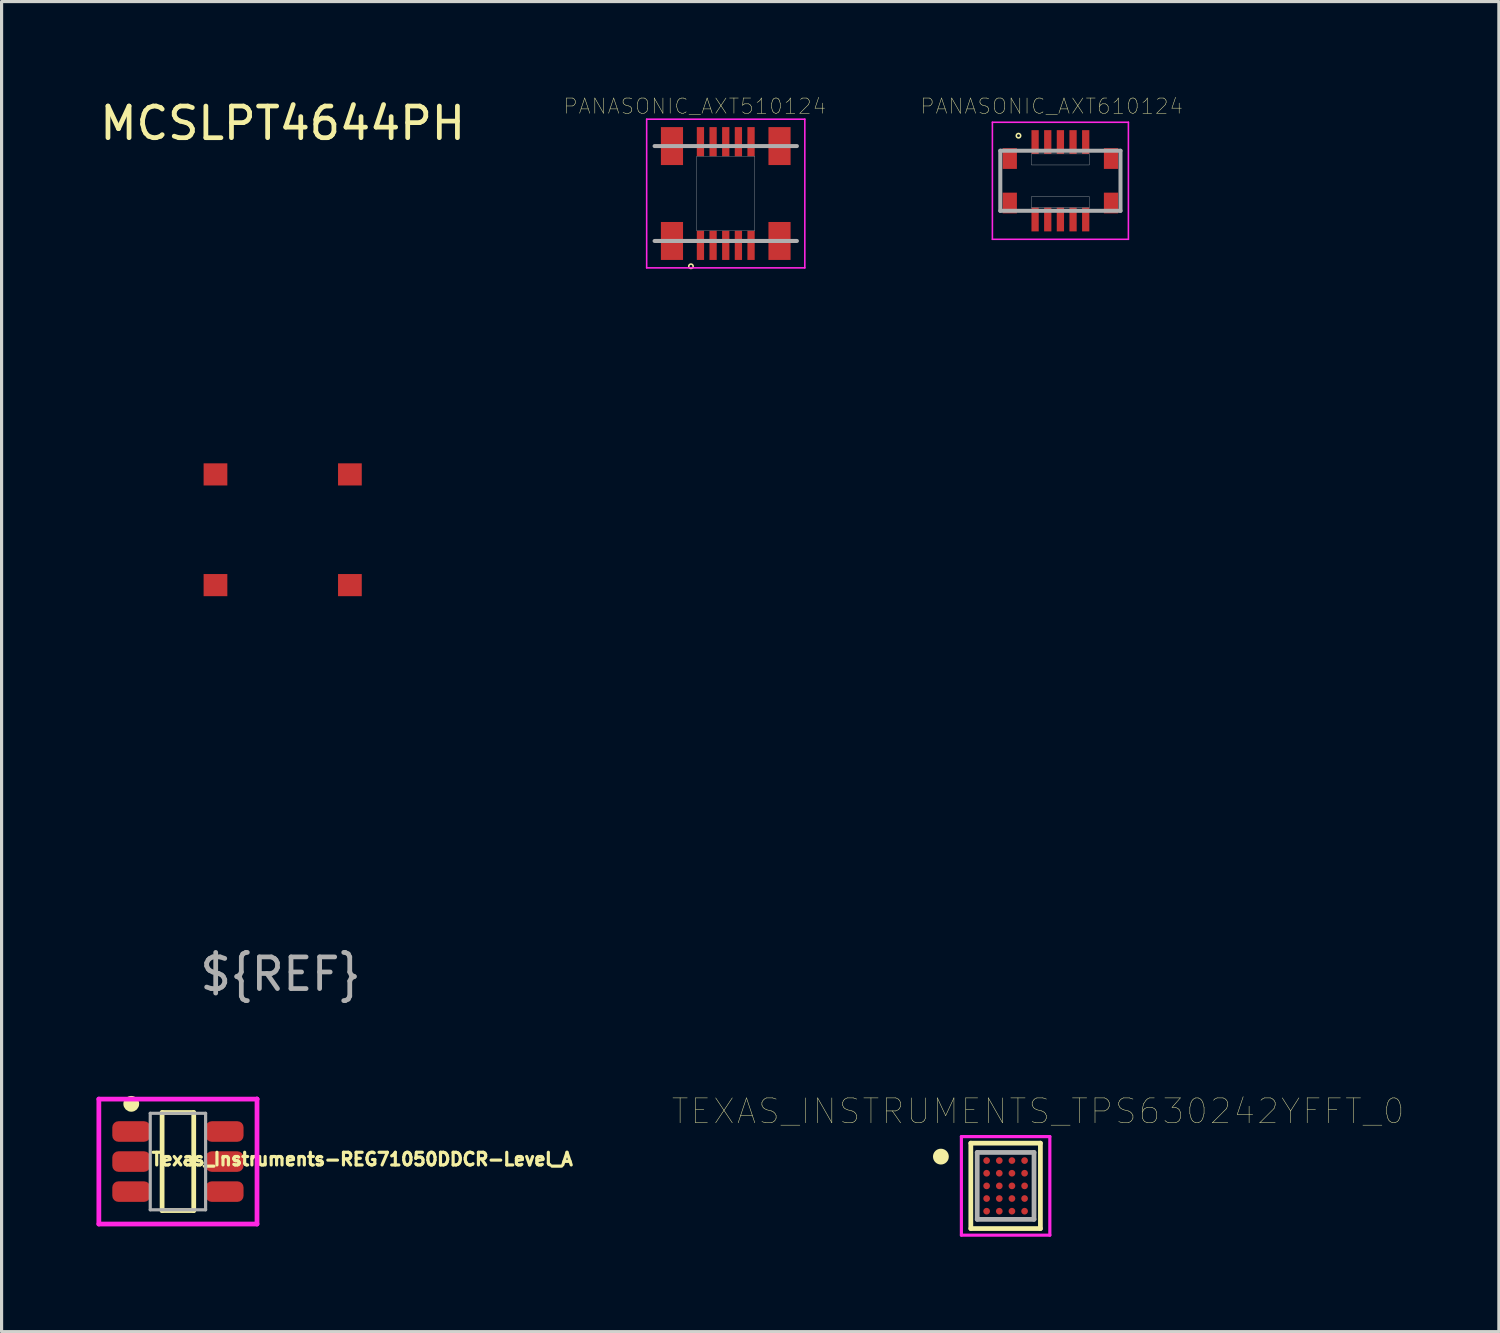
<source format=kicad_pcb>
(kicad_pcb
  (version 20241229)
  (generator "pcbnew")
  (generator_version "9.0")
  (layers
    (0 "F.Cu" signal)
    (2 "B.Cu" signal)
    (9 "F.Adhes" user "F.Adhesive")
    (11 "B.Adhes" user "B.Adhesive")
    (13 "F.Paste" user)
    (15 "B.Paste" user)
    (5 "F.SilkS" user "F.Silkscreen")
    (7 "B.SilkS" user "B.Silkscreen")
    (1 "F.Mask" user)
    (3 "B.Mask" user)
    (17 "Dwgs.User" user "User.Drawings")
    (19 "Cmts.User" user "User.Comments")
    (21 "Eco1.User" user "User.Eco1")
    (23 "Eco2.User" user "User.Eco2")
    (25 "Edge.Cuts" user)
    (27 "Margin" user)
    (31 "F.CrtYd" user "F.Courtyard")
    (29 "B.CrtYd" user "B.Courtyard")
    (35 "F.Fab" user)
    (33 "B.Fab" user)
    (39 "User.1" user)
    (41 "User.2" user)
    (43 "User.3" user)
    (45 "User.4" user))
  (footprint "TEXAS_INSTRUMENTS_TPS630242YFFT_0"
    (layer "F.Cu")
    (at 28.742 34.441)
    (property "Reference" "TEXAS_INSTRUMENTS_TPS630242YFFT_0" (at 1.027 -2.358 0) (layer "F.SilkS") (effects (font (size 0.787 0.787) (thickness 0.015))))
    (attr through_hole)
    (fp_line (start -1.1 -1.35) (end 1.1 -1.35) (stroke (width 0.15) (type solid)) (layer "F.SilkS"))
    (fp_line (start -1.1 1.35) (end -1.1 -1.35) (stroke (width 0.15) (type solid)) (layer "F.SilkS"))
    (fp_line (start 1.1 -1.35) (end 1.1 1.35) (stroke (width 0.15) (type solid)) (layer "F.SilkS"))
    (fp_line (start 1.1 1.35) (end -1.1 1.35) (stroke (width 0.15) (type solid)) (layer "F.SilkS"))
    (fp_circle (center -2.046 -0.925) (end -1.796 -0.925) (stroke (width 0) (type solid)) (fill yes) (layer "F.SilkS"))
    (fp_line (start -1.398 -1.558) (end 1.398 -1.558) (stroke (width 0.1) (type solid)) (layer "F.CrtYd"))
    (fp_line (start -1.398 1.558) (end -1.398 -1.558) (stroke (width 0.1) (type solid)) (layer "F.CrtYd"))
    (fp_line (start 1.398 -1.558) (end 1.398 1.558) (stroke (width 0.1) (type solid)) (layer "F.CrtYd"))
    (fp_line (start 1.398 1.558) (end -1.398 1.558) (stroke (width 0.1) (type solid)) (layer "F.CrtYd"))
    (fp_line (start -0.898 -1.058) (end 0.898 -1.058) (stroke (width 0.15) (type solid)) (layer "F.Fab"))
    (fp_line (start -0.898 1.058) (end -0.898 -1.058) (stroke (width 0.15) (type solid)) (layer "F.Fab"))
    (fp_line (start 0.898 -1.058) (end 0.898 1.058) (stroke (width 0.15) (type solid)) (layer "F.Fab"))
    (fp_line (start 0.898 1.058) (end -0.898 1.058) (stroke (width 0.15) (type solid)) (layer "F.Fab"))
    (pad "A1" smd circle (at -0.6 -0.8) (size 0.212 0.212) (layers "F.Cu" "F.Mask" "F.Paste"))
    (pad "A2" smd circle (at -0.2 -0.8) (size 0.212 0.212) (layers "F.Cu" "F.Mask" "F.Paste"))
    (pad "A3" smd circle (at 0.2 -0.8) (size 0.212 0.212) (layers "F.Cu" "F.Mask" "F.Paste"))
    (pad "A4" smd circle (at 0.6 -0.8) (size 0.212 0.212) (layers "F.Cu" "F.Mask" "F.Paste"))
    (pad "B1" smd circle (at -0.6 -0.4) (size 0.212 0.212) (layers "F.Cu" "F.Mask" "F.Paste"))
    (pad "B2" smd circle (at -0.2 -0.4) (size 0.212 0.212) (layers "F.Cu" "F.Mask" "F.Paste"))
    (pad "B3" smd circle (at 0.2 -0.4) (size 0.212 0.212) (layers "F.Cu" "F.Mask" "F.Paste"))
    (pad "B4" smd circle (at 0.6 -0.4) (size 0.212 0.212) (layers "F.Cu" "F.Mask" "F.Paste"))
    (pad "C1" smd circle (at -0.6 0) (size 0.212 0.212) (layers "F.Cu" "F.Mask" "F.Paste"))
    (pad "C2" smd circle (at -0.2 0) (size 0.212 0.212) (layers "F.Cu" "F.Mask" "F.Paste"))
    (pad "C3" smd circle (at 0.2 0) (size 0.212 0.212) (layers "F.Cu" "F.Mask" "F.Paste"))
    (pad "C4" smd circle (at 0.6 0) (size 0.212 0.212) (layers "F.Cu" "F.Mask" "F.Paste"))
    (pad "D1" smd circle (at -0.6 0.4) (size 0.212 0.212) (layers "F.Cu" "F.Mask" "F.Paste"))
    (pad "D2" smd circle (at -0.2 0.4) (size 0.212 0.212) (layers "F.Cu" "F.Mask" "F.Paste"))
    (pad "D3" smd circle (at 0.2 0.4) (size 0.212 0.212) (layers "F.Cu" "F.Mask" "F.Paste"))
    (pad "D4" smd circle (at 0.6 0.4) (size 0.212 0.212) (layers "F.Cu" "F.Mask" "F.Paste"))
    (pad "E1" smd circle (at -0.6 0.8) (size 0.212 0.212) (layers "F.Cu" "F.Mask" "F.Paste"))
    (pad "E2" smd circle (at -0.2 0.8) (size 0.212 0.212) (layers "F.Cu" "F.Mask" "F.Paste"))
    (pad "E3" smd circle (at 0.2 0.8) (size 0.212 0.212) (layers "F.Cu" "F.Mask" "F.Paste"))
    (pad "E4" smd circle (at 0.6 0.8) (size 0.212 0.212) (layers "F.Cu" "F.Mask" "F.Paste")))
  (footprint "PANASONIC_AXT510124"
    (layer "F.Cu")
    (at 19.894 3.068)
    (property "Reference" "PANASONIC_AXT510124" (at -0.978 -2.76 0) (layer "F.SilkS") (effects (font (size 0.481 0.481) (thickness 0.015))))
    (attr through_hole)
    (fp_circle (center -1.1 2.3) (end -1.03 2.3) (stroke (width 0.05) (type solid)) (fill no) (layer "F.SilkS"))
    (fp_poly (pts (xy -0.901 1.49) (xy -0.7 1.49) (xy -0.7 2.002) (xy -0.901 2.002)) (stroke (width 0.01) (type solid)) (fill yes) (layer "F.Paste"))
    (fp_poly (pts (xy -0.901 -2) (xy -0.7 -2) (xy -0.7 -1.491) (xy -0.901 -1.491)) (stroke (width 0.01) (type solid)) (fill yes) (layer "F.Paste"))
    (fp_poly (pts (xy -0.5 1.49) (xy -0.3 1.49) (xy -0.3 2.002) (xy -0.5 2.002)) (stroke (width 0.01) (type solid)) (fill yes) (layer "F.Paste"))
    (fp_poly (pts (xy -0.5 -2) (xy -0.3 -2) (xy -0.3 -1.491) (xy -0.5 -1.491)) (stroke (width 0.01) (type solid)) (fill yes) (layer "F.Paste"))
    (fp_poly (pts (xy -0.1 1.49) (xy 0.1 1.49) (xy 0.1 2.002) (xy -0.1 2.002)) (stroke (width 0.01) (type solid)) (fill yes) (layer "F.Paste"))
    (fp_poly (pts (xy -0.1 -2) (xy 0.1 -2) (xy 0.1 -1.491) (xy -0.1 -1.491)) (stroke (width 0.01) (type solid)) (fill yes) (layer "F.Paste"))
    (fp_poly (pts (xy 0.3 1.49) (xy 0.5 1.49) (xy 0.5 2.003) (xy 0.3 2.003)) (stroke (width 0.01) (type solid)) (fill yes) (layer "F.Paste"))
    (fp_poly (pts (xy 0.301 -2) (xy 0.5 -2) (xy 0.5 -1.493) (xy 0.301 -1.493)) (stroke (width 0.01) (type solid)) (fill yes) (layer "F.Paste"))
    (fp_poly (pts (xy 0.701 -2) (xy 0.9 -2) (xy 0.9 -1.492) (xy 0.701 -1.492)) (stroke (width 0.01) (type solid)) (fill yes) (layer "F.Paste"))
    (fp_poly (pts (xy 0.701 1.49) (xy 0.9 1.49) (xy 0.9 2.003) (xy 0.701 2.003)) (stroke (width 0.01) (type solid)) (fill yes) (layer "F.Paste"))
    (fp_poly (pts (xy -0.916 -1.18) (xy 0.915 -1.18) (xy 0.915 1.181) (xy -0.916 1.181)) (stroke (width 0.01) (type solid)) (fill no) (layer "Dwgs.User"))
    (fp_line (start -2.5 -2.35) (end 2.5 -2.35) (stroke (width 0.05) (type solid)) (layer "F.CrtYd"))
    (fp_line (start -2.5 2.35) (end -2.5 -2.35) (stroke (width 0.05) (type solid)) (layer "F.CrtYd"))
    (fp_line (start 2.5 -2.35) (end 2.5 2.35) (stroke (width 0.05) (type solid)) (layer "F.CrtYd"))
    (fp_line (start 2.5 2.35) (end -2.5 2.35) (stroke (width 0.05) (type solid)) (layer "F.CrtYd"))
    (fp_line (start -2.25 -1.5) (end 2.25 -1.5) (stroke (width 0.127) (type solid)) (layer "F.Fab"))
    (fp_line (start 2.25 1.5) (end -2.25 1.5) (stroke (width 0.127) (type solid)) (layer "F.Fab"))
    (pad "1" smd rect (at -0.8 1.64) (size 0.23 0.92) (layers "F.Cu" "F.Mask"))
    (pad "2" smd rect (at -0.8 -1.64) (size 0.23 0.92) (layers "F.Cu" "F.Mask"))
    (pad "3" smd rect (at -0.4 1.64) (size 0.23 0.92) (layers "F.Cu" "F.Mask"))
    (pad "4" smd rect (at -0.4 -1.64) (size 0.23 0.92) (layers "F.Cu" "F.Mask"))
    (pad "5" smd rect (at 0 1.64) (size 0.23 0.92) (layers "F.Cu" "F.Mask"))
    (pad "6" smd rect (at 0 -1.64) (size 0.23 0.92) (layers "F.Cu" "F.Mask"))
    (pad "7" smd rect (at 0.4 1.64) (size 0.23 0.92) (layers "F.Cu" "F.Mask"))
    (pad "8" smd rect (at 0.4 -1.64) (size 0.23 0.92) (layers "F.Cu" "F.Mask"))
    (pad "9" smd rect (at 0.8 1.64) (size 0.23 0.92) (layers "F.Cu" "F.Mask"))
    (pad "10" smd rect (at 0.8 -1.64) (size 0.23 0.92) (layers "F.Cu" "F.Mask"))
    (pad "P1" smd rect (at -1.7 -1.5) (size 0.7 1.2) (layers "F.Cu" "F.Mask" "F.Paste"))
    (pad "P2" smd rect (at 1.7 -1.5) (size 0.7 1.2) (layers "F.Cu" "F.Mask" "F.Paste"))
    (pad "P3" smd rect (at -1.7 1.5) (size 0.7 1.2) (layers "F.Cu" "F.Mask" "F.Paste"))
    (pad "P4" smd rect (at 1.7 1.5) (size 0.7 1.2) (layers "F.Cu" "F.Mask" "F.Paste")))
  (footprint "Texas_Instruments-REG71050DDCR-Level_A"
    (layer "F.Cu")
    (at 2.575 33.672)
    (property "Reference" "Texas_Instruments-REG71050DDCR-Level_A" (at -0.889 -0.073 0) (layer "F.SilkS") (effects (font (size 0.4 0.4) (thickness 0.15)) (justify left)))
    (attr through_hole)
    (fp_line (start -0.5 -1.55) (end 0.5 -1.55) (stroke (width 0.15) (type solid)) (layer "F.SilkS"))
    (fp_line (start -0.5 1.55) (end -0.5 -1.55) (stroke (width 0.15) (type solid)) (layer "F.SilkS"))
    (fp_line (start -0.5 1.55) (end 0.5 1.55) (stroke (width 0.15) (type solid)) (layer "F.SilkS"))
    (fp_line (start 0.5 1.55) (end 0.5 -1.55) (stroke (width 0.15) (type solid)) (layer "F.SilkS"))
    (fp_circle (center -1.475 -1.825) (end -1.35 -1.825) (stroke (width 0.25) (type solid)) (fill no) (layer "F.SilkS"))
    (fp_line (start -2.5 -1.975) (end -2.5 1.975) (stroke (width 0.15) (type solid)) (layer "F.CrtYd"))
    (fp_line (start -2.5 1.975) (end 2.5 1.975) (stroke (width 0.15) (type solid)) (layer "F.CrtYd"))
    (fp_line (start 2.5 -1.975) (end -2.5 -1.975) (stroke (width 0.15) (type solid)) (layer "F.CrtYd"))
    (fp_line (start 2.5 -1.975) (end 2.5 -1.975) (stroke (width 0.15) (type solid)) (layer "F.CrtYd"))
    (fp_line (start 2.5 1.975) (end 2.5 -1.975) (stroke (width 0.15) (type solid)) (layer "F.CrtYd"))
    (fp_line (start -0.875 -1.525) (end 0.875 -1.525) (stroke (width 0.1) (type solid)) (layer "F.Fab"))
    (fp_line (start -0.875 1.525) (end -0.875 -1.525) (stroke (width 0.1) (type solid)) (layer "F.Fab"))
    (fp_line (start -0.875 1.525) (end 0.875 1.525) (stroke (width 0.1) (type solid)) (layer "F.Fab"))
    (fp_line (start 0.875 1.525) (end 0.875 -1.525) (stroke (width 0.1) (type solid)) (layer "F.Fab"))
    (pad "1" smd roundrect (at -1.475 -0.95 270) (size 0.65 1.2) (layers "F.Cu" "F.Mask" "F.Paste") (roundrect_rratio 0.3))
    (pad "2" smd roundrect (at -1.475 -0.000001 270) (size 0.65 1.2) (layers "F.Cu" "F.Mask" "F.Paste") (roundrect_rratio 0.3))
    (pad "3" smd roundrect (at -1.475 0.95 270) (size 0.65 1.2) (layers "F.Cu" "F.Mask" "F.Paste") (roundrect_rratio 0.3))
    (pad "4" smd roundrect (at 1.475 0.95 270) (size 0.65 1.2) (layers "F.Cu" "F.Mask" "F.Paste") (roundrect_rratio 0.3))
    (pad "5" smd roundrect (at 1.475 -0.000001 270) (size 0.65 1.2) (layers "F.Cu" "F.Mask" "F.Paste") (roundrect_rratio 0.3))
    (pad "6" smd roundrect (at 1.475 -0.95 270) (size 0.65 1.2) (layers "F.Cu" "F.Mask" "F.Paste") (roundrect_rratio 0.3)))
  (footprint "PANASONIC_AXT610124"
    (layer "F.Cu")
    (at 30.474 2.665)
    (property "Reference" "PANASONIC_AXT610124" (at -0.276 -2.357 0) (layer "F.SilkS") (effects (font (size 0.481 0.481) (thickness 0.015))))
    (attr through_hole)
    (fp_circle (center -1.325 -1.425) (end -1.255 -1.425) (stroke (width 0.05) (type solid)) (fill no) (layer "F.SilkS"))
    (fp_poly (pts (xy -0.9 -1.5) (xy -0.7 -1.5) (xy -0.7 -1.09) (xy -0.9 -1.09)) (stroke (width 0.01) (type solid)) (fill yes) (layer "F.Paste"))
    (fp_poly (pts (xy -0.9 1.09) (xy -0.7 1.09) (xy -0.7 1.5) (xy -0.9 1.5)) (stroke (width 0.01) (type solid)) (fill yes) (layer "F.Paste"))
    (fp_poly (pts (xy -0.501 1.09) (xy -0.3 1.09) (xy -0.3 1.502) (xy -0.501 1.502)) (stroke (width 0.01) (type solid)) (fill yes) (layer "F.Paste"))
    (fp_poly (pts (xy -0.5 -1.5) (xy -0.3 -1.5) (xy -0.3 -1.09) (xy -0.5 -1.09)) (stroke (width 0.01) (type solid)) (fill yes) (layer "F.Paste"))
    (fp_poly (pts (xy -0.1 1.09) (xy 0.1 1.09) (xy 0.1 1.501) (xy -0.1 1.501)) (stroke (width 0.01) (type solid)) (fill yes) (layer "F.Paste"))
    (fp_poly (pts (xy -0.1 -1.5) (xy 0.1 -1.5) (xy 0.1 -1.091) (xy -0.1 -1.091)) (stroke (width 0.01) (type solid)) (fill yes) (layer "F.Paste"))
    (fp_poly (pts (xy 0.3 1.09) (xy 0.5 1.09) (xy 0.5 1.501) (xy 0.3 1.501)) (stroke (width 0.01) (type solid)) (fill yes) (layer "F.Paste"))
    (fp_poly (pts (xy 0.3 -1.5) (xy 0.5 -1.5) (xy 0.5 -1.092) (xy 0.3 -1.092)) (stroke (width 0.01) (type solid)) (fill yes) (layer "F.Paste"))
    (fp_poly (pts (xy 0.701 1.09) (xy 0.9 1.09) (xy 0.9 1.502) (xy 0.701 1.502)) (stroke (width 0.01) (type solid)) (fill yes) (layer "F.Paste"))
    (fp_poly (pts (xy 0.701 -1.5) (xy 0.9 -1.5) (xy 0.9 -1.092) (xy 0.701 -1.092)) (stroke (width 0.01) (type solid)) (fill yes) (layer "F.Paste"))
    (fp_poly (pts (xy -0.916 0.5) (xy 0.915 0.5) (xy 0.915 0.851) (xy -0.916 0.851)) (stroke (width 0.01) (type solid)) (fill no) (layer "Dwgs.User"))
    (fp_poly (pts (xy -0.916 -0.85) (xy 0.915 -0.85) (xy 0.915 -0.5) (xy -0.916 -0.5)) (stroke (width 0.01) (type solid)) (fill no) (layer "Dwgs.User"))
    (fp_line (start -2.15 -1.85) (end 2.15 -1.85) (stroke (width 0.05) (type solid)) (layer "F.CrtYd"))
    (fp_line (start -2.15 1.85) (end -2.15 -1.85) (stroke (width 0.05) (type solid)) (layer "F.CrtYd"))
    (fp_line (start 2.15 -1.85) (end 2.15 1.85) (stroke (width 0.05) (type solid)) (layer "F.CrtYd"))
    (fp_line (start 2.15 1.85) (end -2.15 1.85) (stroke (width 0.05) (type solid)) (layer "F.CrtYd"))
    (fp_line (start -1.9 -0.95) (end 1.9 -0.95) (stroke (width 0.127) (type solid)) (layer "F.Fab"))
    (fp_line (start -1.9 0.95) (end -1.9 -0.95) (stroke (width 0.127) (type solid)) (layer "F.Fab"))
    (fp_line (start 1.9 -0.95) (end 1.9 0.95) (stroke (width 0.127) (type solid)) (layer "F.Fab"))
    (fp_line (start 1.9 0.95) (end -1.9 0.95) (stroke (width 0.127) (type solid)) (layer "F.Fab"))
    (pad "1" smd rect (at -0.8 -1.225) (size 0.23 0.75) (layers "F.Cu" "F.Mask"))
    (pad "2" smd rect (at -0.8 1.225) (size 0.23 0.75) (layers "F.Cu" "F.Mask"))
    (pad "3" smd rect (at -0.4 -1.225) (size 0.23 0.75) (layers "F.Cu" "F.Mask"))
    (pad "4" smd rect (at -0.4 1.225) (size 0.23 0.75) (layers "F.Cu" "F.Mask"))
    (pad "5" smd rect (at 0 -1.225) (size 0.23 0.75) (layers "F.Cu" "F.Mask"))
    (pad "6" smd rect (at 0 1.225) (size 0.23 0.75) (layers "F.Cu" "F.Mask"))
    (pad "7" smd rect (at 0.4 -1.225) (size 0.23 0.75) (layers "F.Cu" "F.Mask"))
    (pad "8" smd rect (at 0.4 1.225) (size 0.23 0.75) (layers "F.Cu" "F.Mask"))
    (pad "9" smd rect (at 0.8 -1.225) (size 0.23 0.75) (layers "F.Cu" "F.Mask"))
    (pad "10" smd rect (at 0.8 1.225) (size 0.23 0.75) (layers "F.Cu" "F.Mask"))
    (pad "P1" smd rect (at -1.6 -0.703) (size 0.45 0.655) (layers "F.Cu" "F.Mask" "F.Paste"))
    (pad "P2" smd rect (at 1.6 -0.703) (size 0.45 0.655) (layers "F.Cu" "F.Mask" "F.Paste"))
    (pad "P3" smd rect (at -1.6 0.703) (size 0.45 0.655) (layers "F.Cu" "F.Mask" "F.Paste"))
    (pad "P4" smd rect (at 1.6 0.703) (size 0.45 0.655) (layers "F.Cu" "F.Mask" "F.Paste")))
  (footprint "MCSLPT4644PH"
    (layer "F.Cu")
    (at 5.887 13.698)
    (property "Reference" "MCSLPT4644PH" (at 0 -12.85 0) (unlocked yes) (layer "F.SilkS") (effects (font (size 1 1) (thickness 0.15))))
    (attr through_hole)
    (fp_text user "${REF}" (at -0.07 14.05 0) (unlocked yes) (layer "F.Fab") (effects (font (size 1 1) (thickness 0.15))))
    (pad "1" smd rect (at -2.125 -1.75) (size 0.75 0.7) (layers "F.Cu" "F.Mask" "F.Paste"))
    (pad "1" smd rect (at -2.125 1.75) (size 0.75 0.7) (layers "F.Cu" "F.Mask" "F.Paste"))
    (pad "2" smd rect (at 2.125 -1.75) (size 0.75 0.7) (layers "F.Cu" "F.Mask" "F.Paste"))
    (pad "2" smd rect (at 2.125 1.75) (size 0.75 0.7) (layers "F.Cu" "F.Mask" "F.Paste")))
  (gr_rect
    (start -3 -3)
    (end 44.336 39.049)
    (stroke (width 0.1) (type default))
    (fill no)
    (layer "Edge.Cuts")))
</source>
